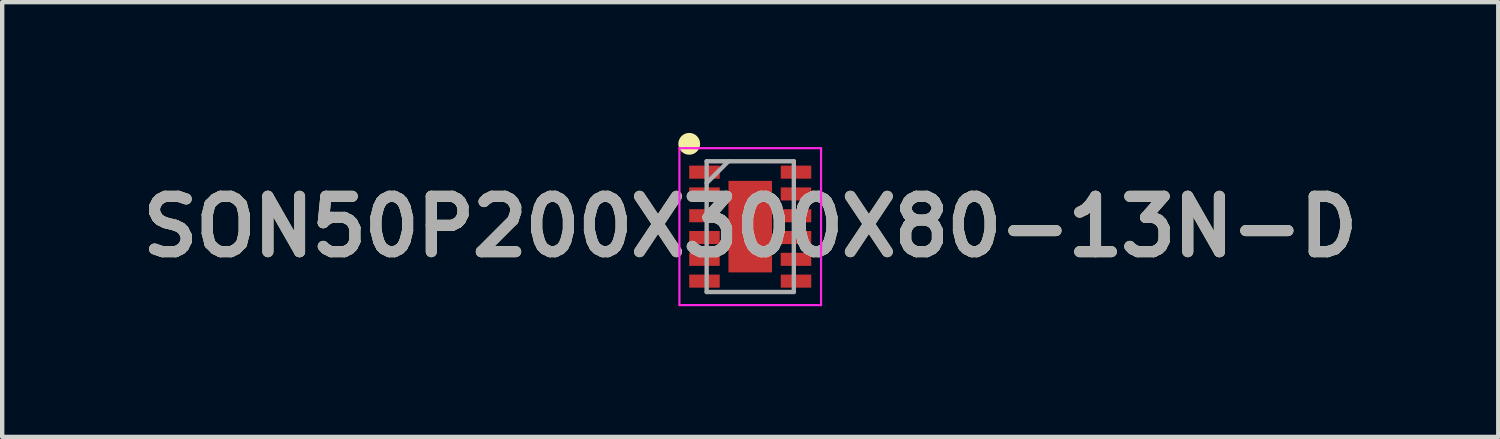
<source format=kicad_pcb>
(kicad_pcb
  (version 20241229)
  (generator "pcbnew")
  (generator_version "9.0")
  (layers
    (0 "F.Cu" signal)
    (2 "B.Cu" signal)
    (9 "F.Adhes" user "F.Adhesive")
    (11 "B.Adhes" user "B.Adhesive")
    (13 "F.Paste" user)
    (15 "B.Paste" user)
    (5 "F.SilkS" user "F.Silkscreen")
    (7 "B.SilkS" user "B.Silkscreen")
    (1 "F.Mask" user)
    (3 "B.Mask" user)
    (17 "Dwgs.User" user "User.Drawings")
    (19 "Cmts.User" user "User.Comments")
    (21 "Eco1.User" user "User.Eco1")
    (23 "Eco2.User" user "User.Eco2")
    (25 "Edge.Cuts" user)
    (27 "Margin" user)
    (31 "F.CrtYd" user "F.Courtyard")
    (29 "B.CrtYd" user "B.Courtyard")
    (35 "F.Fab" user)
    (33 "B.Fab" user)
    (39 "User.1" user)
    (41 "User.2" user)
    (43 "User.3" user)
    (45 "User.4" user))
  (footprint "SON50P200X300X80-13N-D"
    (layer "F.Cu")
    (at 14.164 2.15)
    (property "Reference" "SON50P200X300X80-13N-D" (at 0 0 0) (layer "F.SilkS") (effects (font (size 1.27 1.27) (thickness 0.254))))
    (attr smd)
    (fp_circle (center -1.4 -1.9) (end -1.4 -1.775) (stroke (width 0.25) (type solid)) (fill no) (layer "F.SilkS"))
    (fp_line (start -1.625 -1.8) (end 1.625 -1.8) (stroke (width 0.05) (type solid)) (layer "F.CrtYd"))
    (fp_line (start -1.625 1.8) (end -1.625 -1.8) (stroke (width 0.05) (type solid)) (layer "F.CrtYd"))
    (fp_line (start 1.625 -1.8) (end 1.625 1.8) (stroke (width 0.05) (type solid)) (layer "F.CrtYd"))
    (fp_line (start 1.625 1.8) (end -1.625 1.8) (stroke (width 0.05) (type solid)) (layer "F.CrtYd"))
    (fp_line (start -1 -1.5) (end 1 -1.5) (stroke (width 0.1) (type solid)) (layer "F.Fab"))
    (fp_line (start -1 -1) (end -0.5 -1.5) (stroke (width 0.1) (type solid)) (layer "F.Fab"))
    (fp_line (start -1 1.5) (end -1 -1.5) (stroke (width 0.1) (type solid)) (layer "F.Fab"))
    (fp_line (start 1 -1.5) (end 1 1.5) (stroke (width 0.1) (type solid)) (layer "F.Fab"))
    (fp_line (start 1 1.5) (end -1 1.5) (stroke (width 0.1) (type solid)) (layer "F.Fab"))
    (fp_text user "${REFERENCE}" (at 0 0 0) (layer "F.Fab") (effects (font (size 1.27 1.27) (thickness 0.254))))
    (pad "1" smd rect (at -1.05 -1.25 90) (size 0.3 0.7) (layers "F.Cu" "F.Mask" "F.Paste"))
    (pad "2" smd rect (at -1.05 -0.75 90) (size 0.3 0.7) (layers "F.Cu" "F.Mask" "F.Paste"))
    (pad "3" smd rect (at -1.05 -0.25 90) (size 0.3 0.7) (layers "F.Cu" "F.Mask" "F.Paste"))
    (pad "4" smd rect (at -1.05 0.25 90) (size 0.3 0.7) (layers "F.Cu" "F.Mask" "F.Paste"))
    (pad "5" smd rect (at -1.05 0.75 90) (size 0.3 0.7) (layers "F.Cu" "F.Mask" "F.Paste"))
    (pad "6" smd rect (at -1.05 1.25 90) (size 0.3 0.7) (layers "F.Cu" "F.Mask" "F.Paste"))
    (pad "7" smd rect (at 1.05 1.25 90) (size 0.3 0.7) (layers "F.Cu" "F.Mask" "F.Paste"))
    (pad "8" smd rect (at 1.05 0.75 90) (size 0.3 0.7) (layers "F.Cu" "F.Mask" "F.Paste"))
    (pad "9" smd rect (at 1.05 0.25 90) (size 0.3 0.7) (layers "F.Cu" "F.Mask" "F.Paste"))
    (pad "10" smd rect (at 1.05 -0.25 90) (size 0.3 0.7) (layers "F.Cu" "F.Mask" "F.Paste"))
    (pad "11" smd rect (at 1.05 -0.75 90) (size 0.3 0.7) (layers "F.Cu" "F.Mask" "F.Paste"))
    (pad "12" smd rect (at 1.05 -1.25 90) (size 0.3 0.7) (layers "F.Cu" "F.Mask" "F.Paste"))
    (pad "13" smd rect (at 0 0) (size 1 2.1) (layers "F.Cu" "F.Mask" "F.Paste")))
  (gr_rect
    (start -3 -3)
    (end 31.327 6.975)
    (stroke (width 0.1) (type default))
    (fill no)
    (layer "Edge.Cuts")))
</source>
